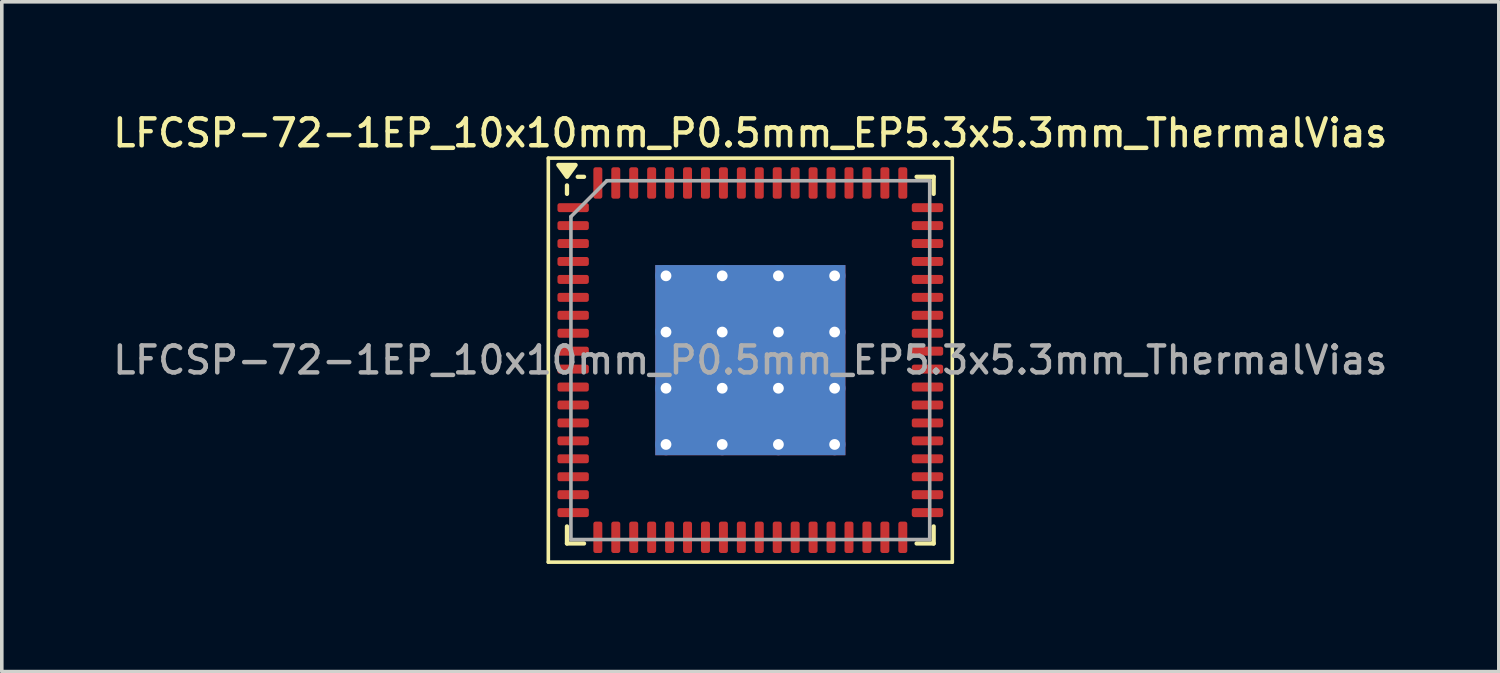
<source format=kicad_pcb>
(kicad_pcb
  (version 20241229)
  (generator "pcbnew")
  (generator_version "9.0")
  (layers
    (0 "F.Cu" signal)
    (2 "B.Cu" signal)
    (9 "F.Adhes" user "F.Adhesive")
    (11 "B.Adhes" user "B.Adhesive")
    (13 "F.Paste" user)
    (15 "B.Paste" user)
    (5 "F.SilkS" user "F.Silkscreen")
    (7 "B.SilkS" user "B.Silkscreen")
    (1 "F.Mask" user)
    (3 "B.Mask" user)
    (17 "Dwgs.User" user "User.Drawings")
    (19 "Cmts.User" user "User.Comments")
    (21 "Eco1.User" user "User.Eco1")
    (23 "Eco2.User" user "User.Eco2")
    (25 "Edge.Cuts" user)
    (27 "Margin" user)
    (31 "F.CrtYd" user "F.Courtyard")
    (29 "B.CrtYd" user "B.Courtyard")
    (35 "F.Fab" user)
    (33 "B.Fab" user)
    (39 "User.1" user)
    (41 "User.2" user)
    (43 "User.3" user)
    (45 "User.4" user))
  (footprint "LFCSP-72-1EP_10x10mm_P0.5mm_EP5.3x5.3mm_ThermalVias"
    (layer "F.Cu")
    (at 17.863 6.988)
    (property "Reference" "LFCSP-72-1EP_10x10mm_P0.5mm_EP5.3x5.3mm_ThermalVias" (at 0 -6.33 0) (layer "F.SilkS") (effects (font (size 0.75 0.75) (thickness 0.125))))
    (attr smd)
    (fp_line (start -5.63 -5.63) (end -5.63 5.63) (stroke (width 0.1) (type solid)) (layer "F.SilkS"))
    (fp_line (start -5.63 5.63) (end 5.63 5.63) (stroke (width 0.1) (type solid)) (layer "F.SilkS"))
    (fp_line (start -5.11 -4.635) (end -5.11 -4.87) (stroke (width 0.12) (type solid)) (layer "F.SilkS"))
    (fp_line (start -5.11 5.11) (end -5.11 4.635) (stroke (width 0.12) (type solid)) (layer "F.SilkS"))
    (fp_line (start -4.635 -5.11) (end -4.81 -5.11) (stroke (width 0.12) (type solid)) (layer "F.SilkS"))
    (fp_line (start -4.635 5.11) (end -5.11 5.11) (stroke (width 0.12) (type solid)) (layer "F.SilkS"))
    (fp_line (start 4.635 -5.11) (end 5.11 -5.11) (stroke (width 0.12) (type solid)) (layer "F.SilkS"))
    (fp_line (start 4.635 5.11) (end 5.11 5.11) (stroke (width 0.12) (type solid)) (layer "F.SilkS"))
    (fp_line (start 5.11 -5.11) (end 5.11 -4.635) (stroke (width 0.12) (type solid)) (layer "F.SilkS"))
    (fp_line (start 5.11 5.11) (end 5.11 4.635) (stroke (width 0.12) (type solid)) (layer "F.SilkS"))
    (fp_line (start 5.63 -5.63) (end -5.63 -5.63) (stroke (width 0.1) (type solid)) (layer "F.SilkS"))
    (fp_line (start 5.63 5.63) (end 5.63 -5.63) (stroke (width 0.1) (type solid)) (layer "F.SilkS"))
    (fp_poly (pts (xy -5.11 -5.11) (xy -5.35 -5.44) (xy -4.87 -5.44) (xy -5.11 -5.11)) (stroke (width 0.12) (type solid)) (fill yes) (layer "F.SilkS"))
    (fp_line (start -5 -4) (end -4 -5) (stroke (width 0.1) (type solid)) (layer "F.Fab"))
    (fp_line (start -5 5) (end -5 -4) (stroke (width 0.1) (type solid)) (layer "F.Fab"))
    (fp_line (start -4 -5) (end 5 -5) (stroke (width 0.1) (type solid)) (layer "F.Fab"))
    (fp_line (start 5 -5) (end 5 5) (stroke (width 0.1) (type solid)) (layer "F.Fab"))
    (fp_line (start 5 5) (end -5 5) (stroke (width 0.1) (type solid)) (layer "F.Fab"))
    (fp_text user "${REFERENCE}" (at 0 0 0) (layer "F.Fab") (effects (font (size 0.75 0.75) (thickness 0.125))))
    (pad "" smd custom (at -1.567 -1.567) (size 1.275 1.275) (layers "F.Paste") (options (anchor circle)) (primitives (gr_poly (pts (xy -0.563 -0.439) (xy -0.439 -0.563) (xy 0.439 -0.563) (xy 0.563 -0.439) (xy 0.563 0.439) (xy 0.439 0.563) (xy -0.439 0.563) (xy -0.563 0.439)) (width 0.299) (fill yes))))
    (pad "" smd custom (at -1.567 0) (size 1.275 1.275) (layers "F.Paste") (options (anchor circle)) (primitives (gr_poly (pts (xy -0.563 -0.439) (xy -0.439 -0.563) (xy 0.439 -0.563) (xy 0.563 -0.439) (xy 0.563 0.439) (xy 0.439 0.563) (xy -0.439 0.563) (xy -0.563 0.439)) (width 0.299) (fill yes))))
    (pad "" smd custom (at -1.567 1.567) (size 1.275 1.275) (layers "F.Paste") (options (anchor circle)) (primitives (gr_poly (pts (xy -0.563 -0.439) (xy -0.439 -0.563) (xy 0.439 -0.563) (xy 0.563 -0.439) (xy 0.563 0.439) (xy 0.439 0.563) (xy -0.439 0.563) (xy -0.563 0.439)) (width 0.299) (fill yes))))
    (pad "" smd custom (at 0 -1.567) (size 1.275 1.275) (layers "F.Paste") (options (anchor circle)) (primitives (gr_poly (pts (xy -0.563 -0.439) (xy -0.439 -0.563) (xy 0.439 -0.563) (xy 0.563 -0.439) (xy 0.563 0.439) (xy 0.439 0.563) (xy -0.439 0.563) (xy -0.563 0.439)) (width 0.299) (fill yes))))
    (pad "" smd custom (at 0 0) (size 1.275 1.275) (layers "F.Paste") (options (anchor circle)) (primitives (gr_poly (pts (xy -0.563 -0.439) (xy -0.439 -0.563) (xy 0.439 -0.563) (xy 0.563 -0.439) (xy 0.563 0.439) (xy 0.439 0.563) (xy -0.439 0.563) (xy -0.563 0.439)) (width 0.299) (fill yes))))
    (pad "" smd custom (at 0 1.567) (size 1.275 1.275) (layers "F.Paste") (options (anchor circle)) (primitives (gr_poly (pts (xy -0.563 -0.439) (xy -0.439 -0.563) (xy 0.439 -0.563) (xy 0.563 -0.439) (xy 0.563 0.439) (xy 0.439 0.563) (xy -0.439 0.563) (xy -0.563 0.439)) (width 0.299) (fill yes))))
    (pad "" smd custom (at 1.567 -1.567) (size 1.275 1.275) (layers "F.Paste") (options (anchor circle)) (primitives (gr_poly (pts (xy -0.563 -0.439) (xy -0.439 -0.563) (xy 0.439 -0.563) (xy 0.563 -0.439) (xy 0.563 0.439) (xy 0.439 0.563) (xy -0.439 0.563) (xy -0.563 0.439)) (width 0.299) (fill yes))))
    (pad "" smd custom (at 1.567 0) (size 1.275 1.275) (layers "F.Paste") (options (anchor circle)) (primitives (gr_poly (pts (xy -0.563 -0.439) (xy -0.439 -0.563) (xy 0.439 -0.563) (xy 0.563 -0.439) (xy 0.563 0.439) (xy 0.439 0.563) (xy -0.439 0.563) (xy -0.563 0.439)) (width 0.299) (fill yes))))
    (pad "" smd custom (at 1.567 1.567) (size 1.275 1.275) (layers "F.Paste") (options (anchor circle)) (primitives (gr_poly (pts (xy -0.563 -0.439) (xy -0.439 -0.563) (xy 0.439 -0.563) (xy 0.563 -0.439) (xy 0.563 0.439) (xy 0.439 0.563) (xy -0.439 0.563) (xy -0.563 0.439)) (width 0.299) (fill yes))))
    (pad "1" smd roundrect (at -4.938 -4.25) (size 0.875 0.25) (layers "F.Cu" "F.Mask" "F.Paste") (roundrect_rratio 0.25))
    (pad "2" smd roundrect (at -4.938 -3.75) (size 0.875 0.25) (layers "F.Cu" "F.Mask" "F.Paste") (roundrect_rratio 0.25))
    (pad "3" smd roundrect (at -4.938 -3.25) (size 0.875 0.25) (layers "F.Cu" "F.Mask" "F.Paste") (roundrect_rratio 0.25))
    (pad "4" smd roundrect (at -4.938 -2.75) (size 0.875 0.25) (layers "F.Cu" "F.Mask" "F.Paste") (roundrect_rratio 0.25))
    (pad "5" smd roundrect (at -4.938 -2.25) (size 0.875 0.25) (layers "F.Cu" "F.Mask" "F.Paste") (roundrect_rratio 0.25))
    (pad "6" smd roundrect (at -4.938 -1.75) (size 0.875 0.25) (layers "F.Cu" "F.Mask" "F.Paste") (roundrect_rratio 0.25))
    (pad "7" smd roundrect (at -4.938 -1.25) (size 0.875 0.25) (layers "F.Cu" "F.Mask" "F.Paste") (roundrect_rratio 0.25))
    (pad "8" smd roundrect (at -4.938 -0.75) (size 0.875 0.25) (layers "F.Cu" "F.Mask" "F.Paste") (roundrect_rratio 0.25))
    (pad "9" smd roundrect (at -4.938 -0.25) (size 0.875 0.25) (layers "F.Cu" "F.Mask" "F.Paste") (roundrect_rratio 0.25))
    (pad "10" smd roundrect (at -4.938 0.25) (size 0.875 0.25) (layers "F.Cu" "F.Mask" "F.Paste") (roundrect_rratio 0.25))
    (pad "11" smd roundrect (at -4.938 0.75) (size 0.875 0.25) (layers "F.Cu" "F.Mask" "F.Paste") (roundrect_rratio 0.25))
    (pad "12" smd roundrect (at -4.938 1.25) (size 0.875 0.25) (layers "F.Cu" "F.Mask" "F.Paste") (roundrect_rratio 0.25))
    (pad "13" smd roundrect (at -4.938 1.75) (size 0.875 0.25) (layers "F.Cu" "F.Mask" "F.Paste") (roundrect_rratio 0.25))
    (pad "14" smd roundrect (at -4.938 2.25) (size 0.875 0.25) (layers "F.Cu" "F.Mask" "F.Paste") (roundrect_rratio 0.25))
    (pad "15" smd roundrect (at -4.938 2.75) (size 0.875 0.25) (layers "F.Cu" "F.Mask" "F.Paste") (roundrect_rratio 0.25))
    (pad "16" smd roundrect (at -4.938 3.25) (size 0.875 0.25) (layers "F.Cu" "F.Mask" "F.Paste") (roundrect_rratio 0.25))
    (pad "17" smd roundrect (at -4.938 3.75) (size 0.875 0.25) (layers "F.Cu" "F.Mask" "F.Paste") (roundrect_rratio 0.25))
    (pad "18" smd roundrect (at -4.938 4.25) (size 0.875 0.25) (layers "F.Cu" "F.Mask" "F.Paste") (roundrect_rratio 0.25))
    (pad "19" smd roundrect (at -4.25 4.938) (size 0.25 0.875) (layers "F.Cu" "F.Mask" "F.Paste") (roundrect_rratio 0.25))
    (pad "20" smd roundrect (at -3.75 4.938) (size 0.25 0.875) (layers "F.Cu" "F.Mask" "F.Paste") (roundrect_rratio 0.25))
    (pad "21" smd roundrect (at -3.25 4.938) (size 0.25 0.875) (layers "F.Cu" "F.Mask" "F.Paste") (roundrect_rratio 0.25))
    (pad "22" smd roundrect (at -2.75 4.938) (size 0.25 0.875) (layers "F.Cu" "F.Mask" "F.Paste") (roundrect_rratio 0.25))
    (pad "23" smd roundrect (at -2.25 4.938) (size 0.25 0.875) (layers "F.Cu" "F.Mask" "F.Paste") (roundrect_rratio 0.25))
    (pad "24" smd roundrect (at -1.75 4.938) (size 0.25 0.875) (layers "F.Cu" "F.Mask" "F.Paste") (roundrect_rratio 0.25))
    (pad "25" smd roundrect (at -1.25 4.938) (size 0.25 0.875) (layers "F.Cu" "F.Mask" "F.Paste") (roundrect_rratio 0.25))
    (pad "26" smd roundrect (at -0.75 4.938) (size 0.25 0.875) (layers "F.Cu" "F.Mask" "F.Paste") (roundrect_rratio 0.25))
    (pad "27" smd roundrect (at -0.25 4.938) (size 0.25 0.875) (layers "F.Cu" "F.Mask" "F.Paste") (roundrect_rratio 0.25))
    (pad "28" smd roundrect (at 0.25 4.938) (size 0.25 0.875) (layers "F.Cu" "F.Mask" "F.Paste") (roundrect_rratio 0.25))
    (pad "29" smd roundrect (at 0.75 4.938) (size 0.25 0.875) (layers "F.Cu" "F.Mask" "F.Paste") (roundrect_rratio 0.25))
    (pad "30" smd roundrect (at 1.25 4.938) (size 0.25 0.875) (layers "F.Cu" "F.Mask" "F.Paste") (roundrect_rratio 0.25))
    (pad "31" smd roundrect (at 1.75 4.938) (size 0.25 0.875) (layers "F.Cu" "F.Mask" "F.Paste") (roundrect_rratio 0.25))
    (pad "32" smd roundrect (at 2.25 4.938) (size 0.25 0.875) (layers "F.Cu" "F.Mask" "F.Paste") (roundrect_rratio 0.25))
    (pad "33" smd roundrect (at 2.75 4.938) (size 0.25 0.875) (layers "F.Cu" "F.Mask" "F.Paste") (roundrect_rratio 0.25))
    (pad "34" smd roundrect (at 3.25 4.938) (size 0.25 0.875) (layers "F.Cu" "F.Mask" "F.Paste") (roundrect_rratio 0.25))
    (pad "35" smd roundrect (at 3.75 4.938) (size 0.25 0.875) (layers "F.Cu" "F.Mask" "F.Paste") (roundrect_rratio 0.25))
    (pad "36" smd roundrect (at 4.25 4.938) (size 0.25 0.875) (layers "F.Cu" "F.Mask" "F.Paste") (roundrect_rratio 0.25))
    (pad "37" smd roundrect (at 4.938 4.25) (size 0.875 0.25) (layers "F.Cu" "F.Mask" "F.Paste") (roundrect_rratio 0.25))
    (pad "38" smd roundrect (at 4.938 3.75) (size 0.875 0.25) (layers "F.Cu" "F.Mask" "F.Paste") (roundrect_rratio 0.25))
    (pad "39" smd roundrect (at 4.938 3.25) (size 0.875 0.25) (layers "F.Cu" "F.Mask" "F.Paste") (roundrect_rratio 0.25))
    (pad "40" smd roundrect (at 4.938 2.75) (size 0.875 0.25) (layers "F.Cu" "F.Mask" "F.Paste") (roundrect_rratio 0.25))
    (pad "41" smd roundrect (at 4.938 2.25) (size 0.875 0.25) (layers "F.Cu" "F.Mask" "F.Paste") (roundrect_rratio 0.25))
    (pad "42" smd roundrect (at 4.938 1.75) (size 0.875 0.25) (layers "F.Cu" "F.Mask" "F.Paste") (roundrect_rratio 0.25))
    (pad "43" smd roundrect (at 4.938 1.25) (size 0.875 0.25) (layers "F.Cu" "F.Mask" "F.Paste") (roundrect_rratio 0.25))
    (pad "44" smd roundrect (at 4.938 0.75) (size 0.875 0.25) (layers "F.Cu" "F.Mask" "F.Paste") (roundrect_rratio 0.25))
    (pad "45" smd roundrect (at 4.938 0.25) (size 0.875 0.25) (layers "F.Cu" "F.Mask" "F.Paste") (roundrect_rratio 0.25))
    (pad "46" smd roundrect (at 4.938 -0.25) (size 0.875 0.25) (layers "F.Cu" "F.Mask" "F.Paste") (roundrect_rratio 0.25))
    (pad "47" smd roundrect (at 4.938 -0.75) (size 0.875 0.25) (layers "F.Cu" "F.Mask" "F.Paste") (roundrect_rratio 0.25))
    (pad "48" smd roundrect (at 4.938 -1.25) (size 0.875 0.25) (layers "F.Cu" "F.Mask" "F.Paste") (roundrect_rratio 0.25))
    (pad "49" smd roundrect (at 4.938 -1.75) (size 0.875 0.25) (layers "F.Cu" "F.Mask" "F.Paste") (roundrect_rratio 0.25))
    (pad "50" smd roundrect (at 4.938 -2.25) (size 0.875 0.25) (layers "F.Cu" "F.Mask" "F.Paste") (roundrect_rratio 0.25))
    (pad "51" smd roundrect (at 4.938 -2.75) (size 0.875 0.25) (layers "F.Cu" "F.Mask" "F.Paste") (roundrect_rratio 0.25))
    (pad "52" smd roundrect (at 4.938 -3.25) (size 0.875 0.25) (layers "F.Cu" "F.Mask" "F.Paste") (roundrect_rratio 0.25))
    (pad "53" smd roundrect (at 4.938 -3.75) (size 0.875 0.25) (layers "F.Cu" "F.Mask" "F.Paste") (roundrect_rratio 0.25))
    (pad "54" smd roundrect (at 4.938 -4.25) (size 0.875 0.25) (layers "F.Cu" "F.Mask" "F.Paste") (roundrect_rratio 0.25))
    (pad "55" smd roundrect (at 4.25 -4.938) (size 0.25 0.875) (layers "F.Cu" "F.Mask" "F.Paste") (roundrect_rratio 0.25))
    (pad "56" smd roundrect (at 3.75 -4.938) (size 0.25 0.875) (layers "F.Cu" "F.Mask" "F.Paste") (roundrect_rratio 0.25))
    (pad "57" smd roundrect (at 3.25 -4.938) (size 0.25 0.875) (layers "F.Cu" "F.Mask" "F.Paste") (roundrect_rratio 0.25))
    (pad "58" smd roundrect (at 2.75 -4.938) (size 0.25 0.875) (layers "F.Cu" "F.Mask" "F.Paste") (roundrect_rratio 0.25))
    (pad "59" smd roundrect (at 2.25 -4.938) (size 0.25 0.875) (layers "F.Cu" "F.Mask" "F.Paste") (roundrect_rratio 0.25))
    (pad "60" smd roundrect (at 1.75 -4.938) (size 0.25 0.875) (layers "F.Cu" "F.Mask" "F.Paste") (roundrect_rratio 0.25))
    (pad "61" smd roundrect (at 1.25 -4.938) (size 0.25 0.875) (layers "F.Cu" "F.Mask" "F.Paste") (roundrect_rratio 0.25))
    (pad "62" smd roundrect (at 0.75 -4.938) (size 0.25 0.875) (layers "F.Cu" "F.Mask" "F.Paste") (roundrect_rratio 0.25))
    (pad "63" smd roundrect (at 0.25 -4.938) (size 0.25 0.875) (layers "F.Cu" "F.Mask" "F.Paste") (roundrect_rratio 0.25))
    (pad "64" smd roundrect (at -0.25 -4.938) (size 0.25 0.875) (layers "F.Cu" "F.Mask" "F.Paste") (roundrect_rratio 0.25))
    (pad "65" smd roundrect (at -0.75 -4.938) (size 0.25 0.875) (layers "F.Cu" "F.Mask" "F.Paste") (roundrect_rratio 0.25))
    (pad "66" smd roundrect (at -1.25 -4.938) (size 0.25 0.875) (layers "F.Cu" "F.Mask" "F.Paste") (roundrect_rratio 0.25))
    (pad "67" smd roundrect (at -1.75 -4.938) (size 0.25 0.875) (layers "F.Cu" "F.Mask" "F.Paste") (roundrect_rratio 0.25))
    (pad "68" smd roundrect (at -2.25 -4.938) (size 0.25 0.875) (layers "F.Cu" "F.Mask" "F.Paste") (roundrect_rratio 0.25))
    (pad "69" smd roundrect (at -2.75 -4.938) (size 0.25 0.875) (layers "F.Cu" "F.Mask" "F.Paste") (roundrect_rratio 0.25))
    (pad "70" smd roundrect (at -3.25 -4.938) (size 0.25 0.875) (layers "F.Cu" "F.Mask" "F.Paste") (roundrect_rratio 0.25))
    (pad "71" smd roundrect (at -3.75 -4.938) (size 0.25 0.875) (layers "F.Cu" "F.Mask" "F.Paste") (roundrect_rratio 0.25))
    (pad "72" smd roundrect (at -4.25 -4.938) (size 0.25 0.875) (layers "F.Cu" "F.Mask" "F.Paste") (roundrect_rratio 0.25))
    (pad "73" thru_hole circle (at -2.35 -2.35) (size 0.6 0.6) (drill 0.3) (property pad_prop_heatsink) (layers "*.Cu"))
    (pad "73" thru_hole circle (at -2.35 -0.783) (size 0.6 0.6) (drill 0.3) (property pad_prop_heatsink) (layers "*.Cu"))
    (pad "73" thru_hole circle (at -2.35 0.783) (size 0.6 0.6) (drill 0.3) (property pad_prop_heatsink) (layers "*.Cu"))
    (pad "73" thru_hole circle (at -2.35 2.35) (size 0.6 0.6) (drill 0.3) (property pad_prop_heatsink) (layers "*.Cu"))
    (pad "73" thru_hole circle (at -0.783 -2.35) (size 0.6 0.6) (drill 0.3) (property pad_prop_heatsink) (layers "*.Cu"))
    (pad "73" thru_hole circle (at -0.783 -0.783) (size 0.6 0.6) (drill 0.3) (property pad_prop_heatsink) (layers "*.Cu"))
    (pad "73" thru_hole circle (at -0.783 0.783) (size 0.6 0.6) (drill 0.3) (property pad_prop_heatsink) (layers "*.Cu"))
    (pad "73" thru_hole circle (at -0.783 2.35) (size 0.6 0.6) (drill 0.3) (property pad_prop_heatsink) (layers "*.Cu"))
    (pad "73" smd rect (at 0 0) (size 5.3 5.3) (property pad_prop_heatsink) (layers "F.Cu" "F.Mask"))
    (pad "73" smd rect (at 0 0) (size 5.3 5.3) (property pad_prop_heatsink) (layers "B.Cu"))
    (pad "73" thru_hole circle (at 0.783 -2.35) (size 0.6 0.6) (drill 0.3) (property pad_prop_heatsink) (layers "*.Cu"))
    (pad "73" thru_hole circle (at 0.783 -0.783) (size 0.6 0.6) (drill 0.3) (property pad_prop_heatsink) (layers "*.Cu"))
    (pad "73" thru_hole circle (at 0.783 0.783) (size 0.6 0.6) (drill 0.3) (property pad_prop_heatsink) (layers "*.Cu"))
    (pad "73" thru_hole circle (at 0.783 2.35) (size 0.6 0.6) (drill 0.3) (property pad_prop_heatsink) (layers "*.Cu"))
    (pad "73" thru_hole circle (at 2.35 -2.35) (size 0.6 0.6) (drill 0.3) (property pad_prop_heatsink) (layers "*.Cu"))
    (pad "73" thru_hole circle (at 2.35 -0.783) (size 0.6 0.6) (drill 0.3) (property pad_prop_heatsink) (layers "*.Cu"))
    (pad "73" thru_hole circle (at 2.35 0.783) (size 0.6 0.6) (drill 0.3) (property pad_prop_heatsink) (layers "*.Cu"))
    (pad "73" thru_hole circle (at 2.35 2.35) (size 0.6 0.6) (drill 0.3) (property pad_prop_heatsink) (layers "*.Cu")))
  (gr_rect
    (start -3 -3)
    (end 38.725 15.668)
    (stroke (width 0.1) (type default))
    (fill no)
    (layer "Edge.Cuts")))
</source>
